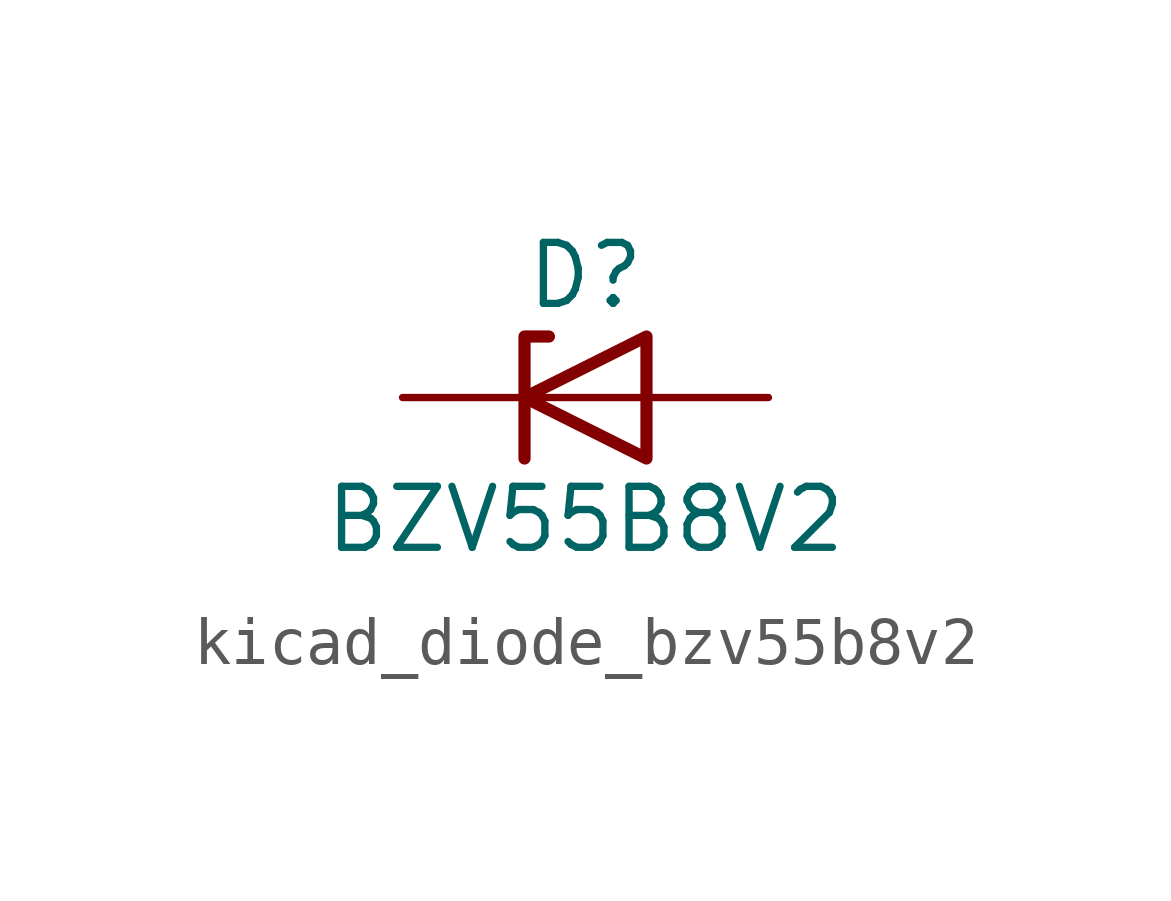
<source format=kicad_sym>
(kicad_symbol_lib
  (version 20220914)
  (generator kicad_symbol_editor)
  (symbol "kicad_diode_bzv55b8v2"
    (pin_numbers hide)
    (pin_names hide)
    (property "Reference" "D"
      (at 0 2.54 0)
      (effects (font (size 1.27 1.27))))
    (property "Value" "BZV55B8V2"
      (at 0 -2.54 0)
      (effects (font (size 1.27 1.27))))
    (symbol "kicad_diode_bzv55b8v2_0_1"
      (polyline (pts (xy 1.27 0) (xy -1.27 0)) (stroke (width 0) (type default)) (fill (type none)))
      (polyline (pts (xy -1.27 -1.27) (xy -1.27 1.27) (xy -0.762 1.27)) (stroke (width 0.254) (type default)) (fill (type none)))
      (polyline (pts (xy 1.27 -1.27) (xy 1.27 1.27) (xy -1.27 0) (xy 1.27 -1.27)) (stroke (width 0.254) (type default)) (fill (type none))))
    (symbol "kicad_diode_bzv55b8v2_1_1"
      (pin passive line (at -3.81 0 0) (length 2.54) (name "K" (effects (font (size 1.27 1.27)))) (number "1" (effects (font (size 1.27 1.27)))))
      (pin passive line (at 3.81 0 180) (length 2.54) (name "A" (effects (font (size 1.27 1.27)))) (number "2" (effects (font (size 1.27 1.27))))))))
</source>
